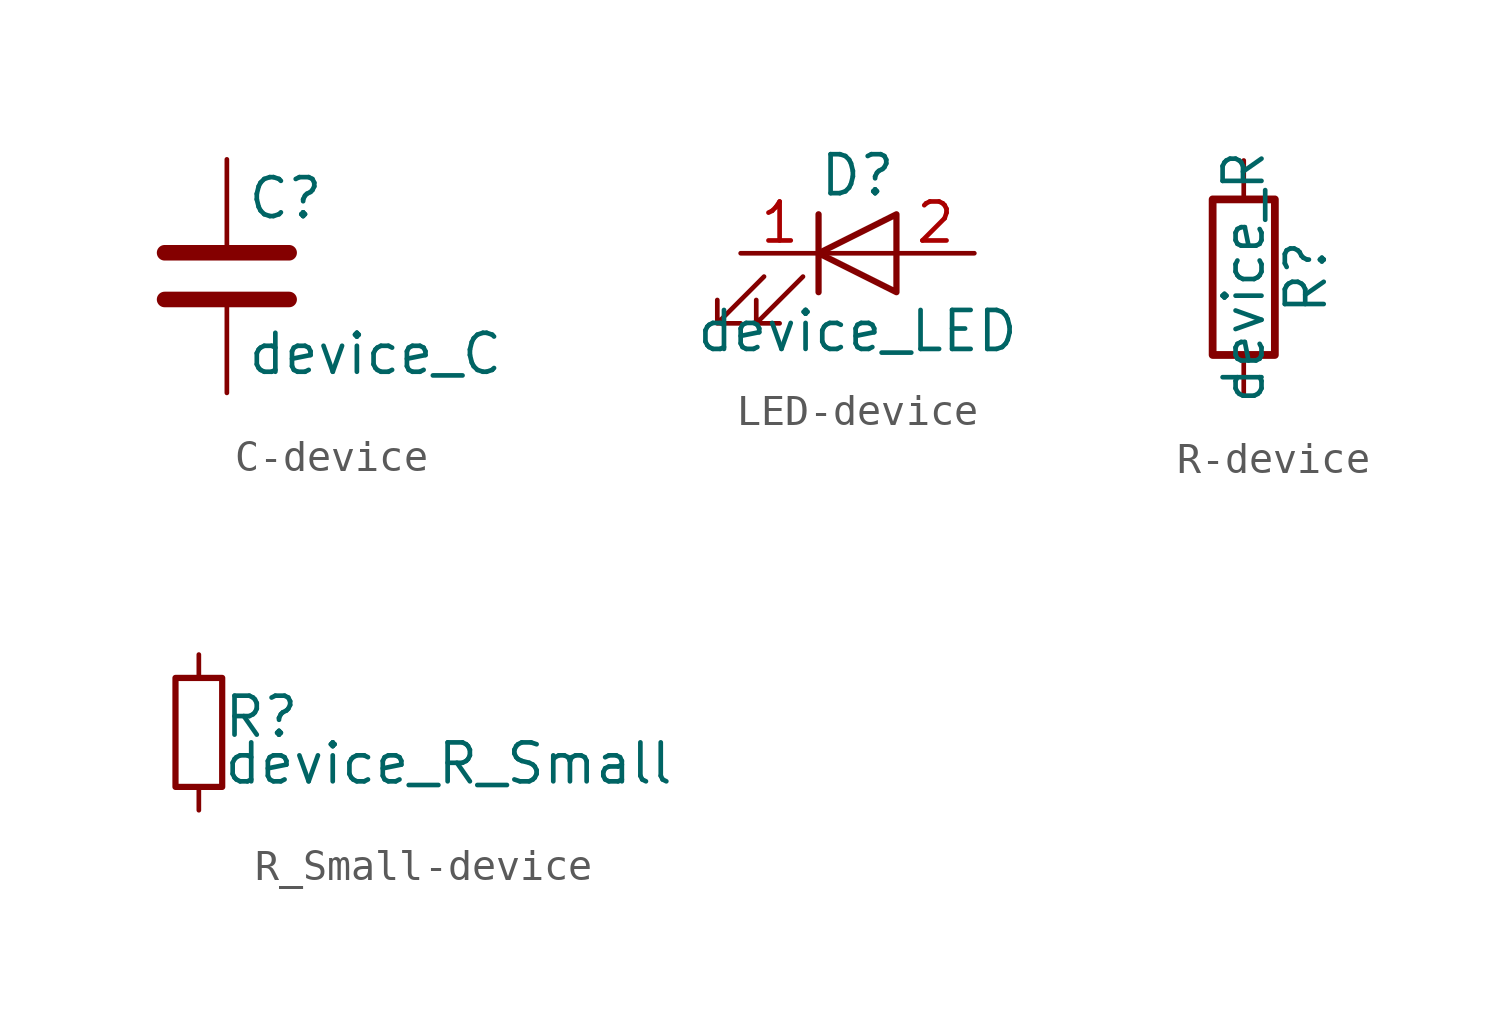
<source format=kicad_sym>
(kicad_symbol_lib
  (version 20220914)
  (generator kicad_symbol_editor)
  (symbol "C-device"
    (pin_numbers hide)
    (pin_names
      (offset 0.254))
    (property "Reference" "C"
      (at 0.635 2.54 0)
      (effects (font (size 1.27 1.27)) (justify left)))
    (property "Value" "device_C"
      (at 0.635 -2.54 0)
      (effects (font (size 1.27 1.27)) (justify left)))
    (symbol "C-device_0_1"
      (polyline (pts (xy -2.032 -0.762) (xy 2.032 -0.762)) (stroke (width 0.508) (type solid)) (fill (type none)))
      (polyline (pts (xy -2.032 0.762) (xy 2.032 0.762)) (stroke (width 0.508) (type solid)) (fill (type none))))
    (symbol "C-device_1_1"
      (pin passive line (at 0 3.81 270) (length 2.794) (name "~" (effects (font (size 1.27 1.27)))) (number "1" (effects (font (size 1.27 1.27)))))
      (pin passive line (at 0 -3.81 90) (length 2.794) (name "~" (effects (font (size 1.27 1.27)))) (number "2" (effects (font (size 1.27 1.27)))))))
  (symbol "LED-device"
    (pin_names
      (offset 1.016) hide)
    (property "Reference" "D"
      (at 0 2.54 0)
      (effects (font (size 1.27 1.27))))
    (property "Value" "device_LED"
      (at 0 -2.54 0)
      (effects (font (size 1.27 1.27))))
    (symbol "LED-device_0_1"
      (polyline (pts (xy -1.27 -1.27) (xy -1.27 1.27)) (stroke (width 0.203) (type solid)) (fill (type none)))
      (polyline (pts (xy -1.27 0) (xy 1.27 0)) (stroke (width 0) (type solid)) (fill (type none)))
      (polyline (pts (xy 1.27 -1.27) (xy 1.27 1.27) (xy -1.27 0) (xy 1.27 -1.27)) (stroke (width 0.203) (type solid)) (fill (type none)))
      (polyline (pts (xy -3.048 -0.762) (xy -4.572 -2.286) (xy -3.81 -2.286) (xy -4.572 -2.286) (xy -4.572 -1.524)) (stroke (width 0) (type solid)) (fill (type none)))
      (polyline (pts (xy -1.778 -0.762) (xy -3.302 -2.286) (xy -2.54 -2.286) (xy -3.302 -2.286) (xy -3.302 -1.524)) (stroke (width 0) (type solid)) (fill (type none))))
    (symbol "LED-device_1_1"
      (pin passive line (at -3.81 0 0) (length 2.54) (name "K" (effects (font (size 1.27 1.27)))) (number "1" (effects (font (size 1.27 1.27)))))
      (pin passive line (at 3.81 0 180) (length 2.54) (name "A" (effects (font (size 1.27 1.27)))) (number "2" (effects (font (size 1.27 1.27)))))))
  (symbol "R-device"
    (pin_numbers hide)
    (pin_names
      (offset 0))
    (property "Reference" "R"
      (at 2.032 0 90)
      (effects (font (size 1.27 1.27))))
    (property "Value" "device_R"
      (at 0 0 90)
      (effects (font (size 1.27 1.27))))
    (symbol "R-device_0_1"
      (rectangle (start -1.016 -2.54) (end 1.016 2.54) (stroke (width 0.254) (type solid)) (fill (type none))))
    (symbol "R-device_1_1"
      (pin passive line (at 0 3.81 270) (length 1.27) (name "~" (effects (font (size 1.27 1.27)))) (number "1" (effects (font (size 1.27 1.27)))))
      (pin passive line (at 0 -3.81 90) (length 1.27) (name "~" (effects (font (size 1.27 1.27)))) (number "2" (effects (font (size 1.27 1.27)))))))
  (symbol "R_Small-device"
    (pin_numbers hide)
    (pin_names
      (offset 0.254) hide)
    (property "Reference" "R"
      (at 0.762 0.508 0)
      (effects (font (size 1.27 1.27)) (justify left)))
    (property "Value" "device_R_Small"
      (at 0.762 -1.016 0)
      (effects (font (size 1.27 1.27)) (justify left)))
    (symbol "R_Small-device_0_1"
      (rectangle (start -0.762 1.778) (end 0.762 -1.778) (stroke (width 0.203) (type solid)) (fill (type none))))
    (symbol "R_Small-device_1_1"
      (pin passive line (at 0 2.54 270) (length 0.762) (name "~" (effects (font (size 1.27 1.27)))) (number "1" (effects (font (size 1.27 1.27)))))
      (pin passive line (at 0 -2.54 90) (length 0.762) (name "~" (effects (font (size 1.27 1.27)))) (number "2" (effects (font (size 1.27 1.27))))))))
</source>
